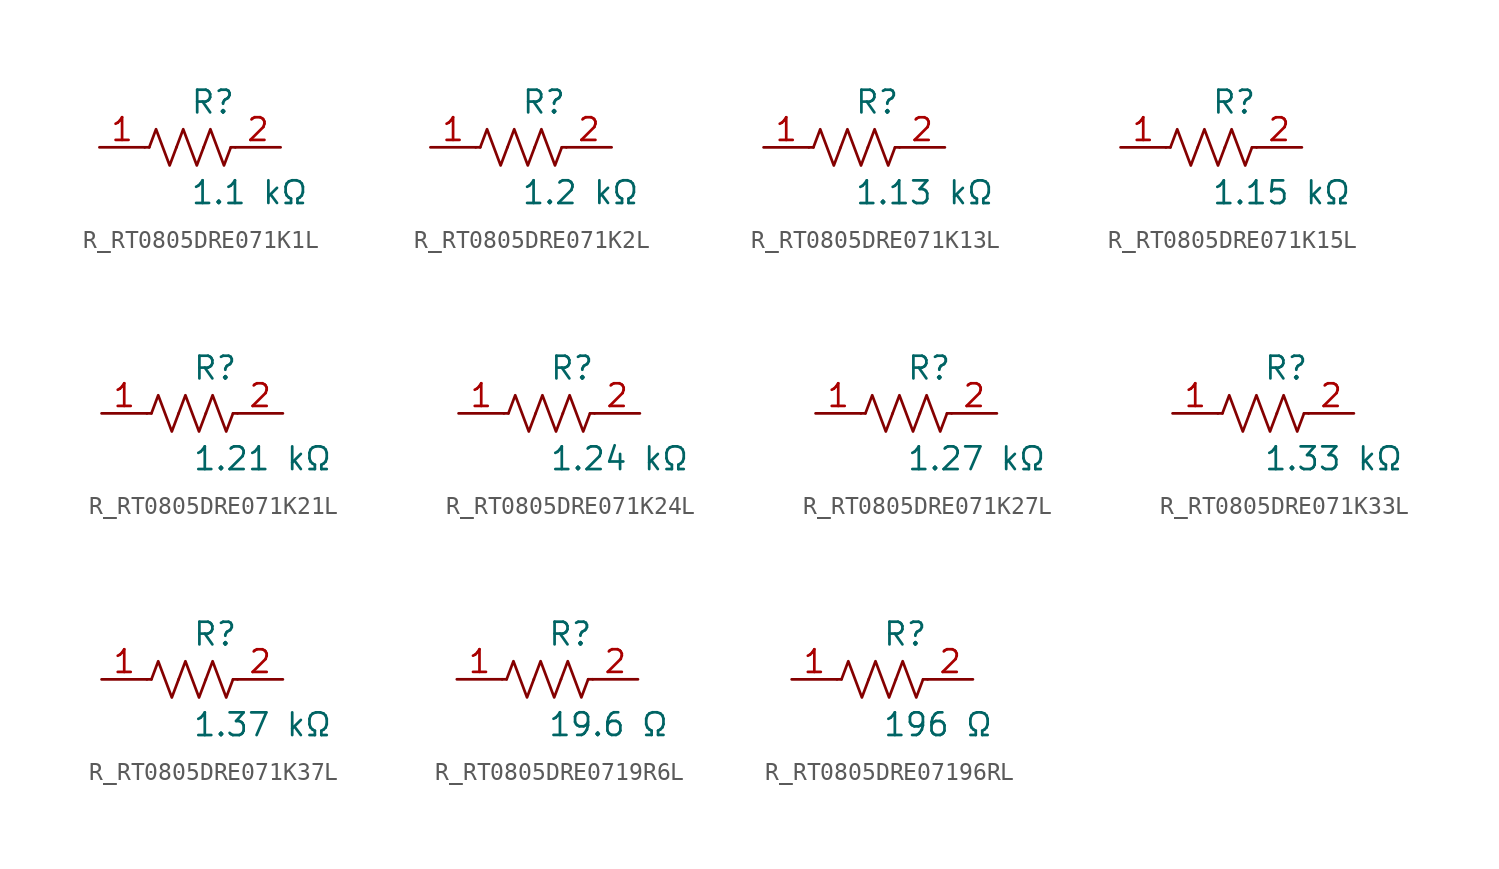
<source format=kicad_sym>
(kicad_symbol_lib
  (version 20231120)
  (generator kicad_symbol_editor)
  (generator_version 8.0)
  (symbol "R_RT0805DRE071K1L"
    (pin_names
      (offset 0.254))
    (property "Reference" "R"
      (at 0.0 2.54 0)
      (effects (font (size 1.27 1.27)) (justify left)))
    (property "Value" "1.1 kΩ"
      (at 0.0 -2.54 0)
      (effects (font (size 1.27 1.27)) (justify left)))
    (symbol "R_RT0805DRE071K1L_0_1"
      (polyline (pts (xy 2.286 0) (xy 2.54 0)) (stroke (width 0) (type default)) (fill (type none)))
      (polyline (pts (xy -2.286 0) (xy -2.54 0)) (stroke (width 0) (type default)) (fill (type none)))
      (polyline (pts (xy 0.762 0) (xy 1.143 1.016) (xy 1.524 0) (xy 1.905 -1.016) (xy 2.286 0)) (stroke (width 0) (type default)) (fill (type none)))
      (polyline (pts (xy -0.762 0) (xy -0.381 1.016) (xy 0 0) (xy 0.381 -1.016) (xy 0.762 0)) (stroke (width 0) (type default)) (fill (type none)))
      (polyline (pts (xy -2.286 0) (xy -1.905 1.016) (xy -1.524 0) (xy -1.143 -1.016) (xy -0.762 0)) (stroke (width 0) (type default)) (fill (type none))))
    (pin unspecified line
      (at -5.08 0 0)
      (length 2.54)
      (name "" (effects (font (size 1.27 1.27))))
      (number "1" (effects (font (size 1.27 1.27)))))
    (pin unspecified line
      (at 5.08 0 180)
      (length 2.54)
      (name "" (effects (font (size 1.27 1.27))))
      (number "2" (effects (font (size 1.27 1.27))))))
  (symbol "R_RT0805DRE071K2L"
    (pin_names
      (offset 0.254))
    (property "Reference" "R"
      (at 0.0 2.54 0)
      (effects (font (size 1.27 1.27)) (justify left)))
    (property "Value" "1.2 kΩ"
      (at 0.0 -2.54 0)
      (effects (font (size 1.27 1.27)) (justify left)))
    (symbol "R_RT0805DRE071K2L_0_1"
      (polyline (pts (xy 2.286 0) (xy 2.54 0)) (stroke (width 0) (type default)) (fill (type none)))
      (polyline (pts (xy -2.286 0) (xy -2.54 0)) (stroke (width 0) (type default)) (fill (type none)))
      (polyline (pts (xy 0.762 0) (xy 1.143 1.016) (xy 1.524 0) (xy 1.905 -1.016) (xy 2.286 0)) (stroke (width 0) (type default)) (fill (type none)))
      (polyline (pts (xy -0.762 0) (xy -0.381 1.016) (xy 0 0) (xy 0.381 -1.016) (xy 0.762 0)) (stroke (width 0) (type default)) (fill (type none)))
      (polyline (pts (xy -2.286 0) (xy -1.905 1.016) (xy -1.524 0) (xy -1.143 -1.016) (xy -0.762 0)) (stroke (width 0) (type default)) (fill (type none))))
    (pin unspecified line
      (at -5.08 0 0)
      (length 2.54)
      (name "" (effects (font (size 1.27 1.27))))
      (number "1" (effects (font (size 1.27 1.27)))))
    (pin unspecified line
      (at 5.08 0 180)
      (length 2.54)
      (name "" (effects (font (size 1.27 1.27))))
      (number "2" (effects (font (size 1.27 1.27))))))
  (symbol "R_RT0805DRE071K13L"
    (pin_names
      (offset 0.254))
    (property "Reference" "R"
      (at 0.0 2.54 0)
      (effects (font (size 1.27 1.27)) (justify left)))
    (property "Value" "1.13 kΩ"
      (at 0.0 -2.54 0)
      (effects (font (size 1.27 1.27)) (justify left)))
    (symbol "R_RT0805DRE071K13L_0_1"
      (polyline (pts (xy 2.286 0) (xy 2.54 0)) (stroke (width 0) (type default)) (fill (type none)))
      (polyline (pts (xy -2.286 0) (xy -2.54 0)) (stroke (width 0) (type default)) (fill (type none)))
      (polyline (pts (xy 0.762 0) (xy 1.143 1.016) (xy 1.524 0) (xy 1.905 -1.016) (xy 2.286 0)) (stroke (width 0) (type default)) (fill (type none)))
      (polyline (pts (xy -0.762 0) (xy -0.381 1.016) (xy 0 0) (xy 0.381 -1.016) (xy 0.762 0)) (stroke (width 0) (type default)) (fill (type none)))
      (polyline (pts (xy -2.286 0) (xy -1.905 1.016) (xy -1.524 0) (xy -1.143 -1.016) (xy -0.762 0)) (stroke (width 0) (type default)) (fill (type none))))
    (pin unspecified line
      (at -5.08 0 0)
      (length 2.54)
      (name "" (effects (font (size 1.27 1.27))))
      (number "1" (effects (font (size 1.27 1.27)))))
    (pin unspecified line
      (at 5.08 0 180)
      (length 2.54)
      (name "" (effects (font (size 1.27 1.27))))
      (number "2" (effects (font (size 1.27 1.27))))))
  (symbol "R_RT0805DRE071K15L"
    (pin_names
      (offset 0.254))
    (property "Reference" "R"
      (at 0.0 2.54 0)
      (effects (font (size 1.27 1.27)) (justify left)))
    (property "Value" "1.15 kΩ"
      (at 0.0 -2.54 0)
      (effects (font (size 1.27 1.27)) (justify left)))
    (symbol "R_RT0805DRE071K15L_0_1"
      (polyline (pts (xy 2.286 0) (xy 2.54 0)) (stroke (width 0) (type default)) (fill (type none)))
      (polyline (pts (xy -2.286 0) (xy -2.54 0)) (stroke (width 0) (type default)) (fill (type none)))
      (polyline (pts (xy 0.762 0) (xy 1.143 1.016) (xy 1.524 0) (xy 1.905 -1.016) (xy 2.286 0)) (stroke (width 0) (type default)) (fill (type none)))
      (polyline (pts (xy -0.762 0) (xy -0.381 1.016) (xy 0 0) (xy 0.381 -1.016) (xy 0.762 0)) (stroke (width 0) (type default)) (fill (type none)))
      (polyline (pts (xy -2.286 0) (xy -1.905 1.016) (xy -1.524 0) (xy -1.143 -1.016) (xy -0.762 0)) (stroke (width 0) (type default)) (fill (type none))))
    (pin unspecified line
      (at -5.08 0 0)
      (length 2.54)
      (name "" (effects (font (size 1.27 1.27))))
      (number "1" (effects (font (size 1.27 1.27)))))
    (pin unspecified line
      (at 5.08 0 180)
      (length 2.54)
      (name "" (effects (font (size 1.27 1.27))))
      (number "2" (effects (font (size 1.27 1.27))))))
  (symbol "R_RT0805DRE071K21L"
    (pin_names
      (offset 0.254))
    (property "Reference" "R"
      (at 0.0 2.54 0)
      (effects (font (size 1.27 1.27)) (justify left)))
    (property "Value" "1.21 kΩ"
      (at 0.0 -2.54 0)
      (effects (font (size 1.27 1.27)) (justify left)))
    (symbol "R_RT0805DRE071K21L_0_1"
      (polyline (pts (xy 2.286 0) (xy 2.54 0)) (stroke (width 0) (type default)) (fill (type none)))
      (polyline (pts (xy -2.286 0) (xy -2.54 0)) (stroke (width 0) (type default)) (fill (type none)))
      (polyline (pts (xy 0.762 0) (xy 1.143 1.016) (xy 1.524 0) (xy 1.905 -1.016) (xy 2.286 0)) (stroke (width 0) (type default)) (fill (type none)))
      (polyline (pts (xy -0.762 0) (xy -0.381 1.016) (xy 0 0) (xy 0.381 -1.016) (xy 0.762 0)) (stroke (width 0) (type default)) (fill (type none)))
      (polyline (pts (xy -2.286 0) (xy -1.905 1.016) (xy -1.524 0) (xy -1.143 -1.016) (xy -0.762 0)) (stroke (width 0) (type default)) (fill (type none))))
    (pin unspecified line
      (at -5.08 0 0)
      (length 2.54)
      (name "" (effects (font (size 1.27 1.27))))
      (number "1" (effects (font (size 1.27 1.27)))))
    (pin unspecified line
      (at 5.08 0 180)
      (length 2.54)
      (name "" (effects (font (size 1.27 1.27))))
      (number "2" (effects (font (size 1.27 1.27))))))
  (symbol "R_RT0805DRE071K24L"
    (pin_names
      (offset 0.254))
    (property "Reference" "R"
      (at 0.0 2.54 0)
      (effects (font (size 1.27 1.27)) (justify left)))
    (property "Value" "1.24 kΩ"
      (at 0.0 -2.54 0)
      (effects (font (size 1.27 1.27)) (justify left)))
    (symbol "R_RT0805DRE071K24L_0_1"
      (polyline (pts (xy 2.286 0) (xy 2.54 0)) (stroke (width 0) (type default)) (fill (type none)))
      (polyline (pts (xy -2.286 0) (xy -2.54 0)) (stroke (width 0) (type default)) (fill (type none)))
      (polyline (pts (xy 0.762 0) (xy 1.143 1.016) (xy 1.524 0) (xy 1.905 -1.016) (xy 2.286 0)) (stroke (width 0) (type default)) (fill (type none)))
      (polyline (pts (xy -0.762 0) (xy -0.381 1.016) (xy 0 0) (xy 0.381 -1.016) (xy 0.762 0)) (stroke (width 0) (type default)) (fill (type none)))
      (polyline (pts (xy -2.286 0) (xy -1.905 1.016) (xy -1.524 0) (xy -1.143 -1.016) (xy -0.762 0)) (stroke (width 0) (type default)) (fill (type none))))
    (pin unspecified line
      (at -5.08 0 0)
      (length 2.54)
      (name "" (effects (font (size 1.27 1.27))))
      (number "1" (effects (font (size 1.27 1.27)))))
    (pin unspecified line
      (at 5.08 0 180)
      (length 2.54)
      (name "" (effects (font (size 1.27 1.27))))
      (number "2" (effects (font (size 1.27 1.27))))))
  (symbol "R_RT0805DRE071K27L"
    (pin_names
      (offset 0.254))
    (property "Reference" "R"
      (at 0.0 2.54 0)
      (effects (font (size 1.27 1.27)) (justify left)))
    (property "Value" "1.27 kΩ"
      (at 0.0 -2.54 0)
      (effects (font (size 1.27 1.27)) (justify left)))
    (symbol "R_RT0805DRE071K27L_0_1"
      (polyline (pts (xy 2.286 0) (xy 2.54 0)) (stroke (width 0) (type default)) (fill (type none)))
      (polyline (pts (xy -2.286 0) (xy -2.54 0)) (stroke (width 0) (type default)) (fill (type none)))
      (polyline (pts (xy 0.762 0) (xy 1.143 1.016) (xy 1.524 0) (xy 1.905 -1.016) (xy 2.286 0)) (stroke (width 0) (type default)) (fill (type none)))
      (polyline (pts (xy -0.762 0) (xy -0.381 1.016) (xy 0 0) (xy 0.381 -1.016) (xy 0.762 0)) (stroke (width 0) (type default)) (fill (type none)))
      (polyline (pts (xy -2.286 0) (xy -1.905 1.016) (xy -1.524 0) (xy -1.143 -1.016) (xy -0.762 0)) (stroke (width 0) (type default)) (fill (type none))))
    (pin unspecified line
      (at -5.08 0 0)
      (length 2.54)
      (name "" (effects (font (size 1.27 1.27))))
      (number "1" (effects (font (size 1.27 1.27)))))
    (pin unspecified line
      (at 5.08 0 180)
      (length 2.54)
      (name "" (effects (font (size 1.27 1.27))))
      (number "2" (effects (font (size 1.27 1.27))))))
  (symbol "R_RT0805DRE071K33L"
    (pin_names
      (offset 0.254))
    (property "Reference" "R"
      (at 0.0 2.54 0)
      (effects (font (size 1.27 1.27)) (justify left)))
    (property "Value" "1.33 kΩ"
      (at 0.0 -2.54 0)
      (effects (font (size 1.27 1.27)) (justify left)))
    (symbol "R_RT0805DRE071K33L_0_1"
      (polyline (pts (xy 2.286 0) (xy 2.54 0)) (stroke (width 0) (type default)) (fill (type none)))
      (polyline (pts (xy -2.286 0) (xy -2.54 0)) (stroke (width 0) (type default)) (fill (type none)))
      (polyline (pts (xy 0.762 0) (xy 1.143 1.016) (xy 1.524 0) (xy 1.905 -1.016) (xy 2.286 0)) (stroke (width 0) (type default)) (fill (type none)))
      (polyline (pts (xy -0.762 0) (xy -0.381 1.016) (xy 0 0) (xy 0.381 -1.016) (xy 0.762 0)) (stroke (width 0) (type default)) (fill (type none)))
      (polyline (pts (xy -2.286 0) (xy -1.905 1.016) (xy -1.524 0) (xy -1.143 -1.016) (xy -0.762 0)) (stroke (width 0) (type default)) (fill (type none))))
    (pin unspecified line
      (at -5.08 0 0)
      (length 2.54)
      (name "" (effects (font (size 1.27 1.27))))
      (number "1" (effects (font (size 1.27 1.27)))))
    (pin unspecified line
      (at 5.08 0 180)
      (length 2.54)
      (name "" (effects (font (size 1.27 1.27))))
      (number "2" (effects (font (size 1.27 1.27))))))
  (symbol "R_RT0805DRE071K37L"
    (pin_names
      (offset 0.254))
    (property "Reference" "R"
      (at 0.0 2.54 0)
      (effects (font (size 1.27 1.27)) (justify left)))
    (property "Value" "1.37 kΩ"
      (at 0.0 -2.54 0)
      (effects (font (size 1.27 1.27)) (justify left)))
    (symbol "R_RT0805DRE071K37L_0_1"
      (polyline (pts (xy 2.286 0) (xy 2.54 0)) (stroke (width 0) (type default)) (fill (type none)))
      (polyline (pts (xy -2.286 0) (xy -2.54 0)) (stroke (width 0) (type default)) (fill (type none)))
      (polyline (pts (xy 0.762 0) (xy 1.143 1.016) (xy 1.524 0) (xy 1.905 -1.016) (xy 2.286 0)) (stroke (width 0) (type default)) (fill (type none)))
      (polyline (pts (xy -0.762 0) (xy -0.381 1.016) (xy 0 0) (xy 0.381 -1.016) (xy 0.762 0)) (stroke (width 0) (type default)) (fill (type none)))
      (polyline (pts (xy -2.286 0) (xy -1.905 1.016) (xy -1.524 0) (xy -1.143 -1.016) (xy -0.762 0)) (stroke (width 0) (type default)) (fill (type none))))
    (pin unspecified line
      (at -5.08 0 0)
      (length 2.54)
      (name "" (effects (font (size 1.27 1.27))))
      (number "1" (effects (font (size 1.27 1.27)))))
    (pin unspecified line
      (at 5.08 0 180)
      (length 2.54)
      (name "" (effects (font (size 1.27 1.27))))
      (number "2" (effects (font (size 1.27 1.27))))))
  (symbol "R_RT0805DRE0719R6L"
    (pin_names
      (offset 0.254))
    (property "Reference" "R"
      (at 0.0 2.54 0)
      (effects (font (size 1.27 1.27)) (justify left)))
    (property "Value" "19.6 Ω"
      (at 0.0 -2.54 0)
      (effects (font (size 1.27 1.27)) (justify left)))
    (symbol "R_RT0805DRE0719R6L_0_1"
      (polyline (pts (xy 2.286 0) (xy 2.54 0)) (stroke (width 0) (type default)) (fill (type none)))
      (polyline (pts (xy -2.286 0) (xy -2.54 0)) (stroke (width 0) (type default)) (fill (type none)))
      (polyline (pts (xy 0.762 0) (xy 1.143 1.016) (xy 1.524 0) (xy 1.905 -1.016) (xy 2.286 0)) (stroke (width 0) (type default)) (fill (type none)))
      (polyline (pts (xy -0.762 0) (xy -0.381 1.016) (xy 0 0) (xy 0.381 -1.016) (xy 0.762 0)) (stroke (width 0) (type default)) (fill (type none)))
      (polyline (pts (xy -2.286 0) (xy -1.905 1.016) (xy -1.524 0) (xy -1.143 -1.016) (xy -0.762 0)) (stroke (width 0) (type default)) (fill (type none))))
    (pin unspecified line
      (at -5.08 0 0)
      (length 2.54)
      (name "" (effects (font (size 1.27 1.27))))
      (number "1" (effects (font (size 1.27 1.27)))))
    (pin unspecified line
      (at 5.08 0 180)
      (length 2.54)
      (name "" (effects (font (size 1.27 1.27))))
      (number "2" (effects (font (size 1.27 1.27))))))
  (symbol "R_RT0805DRE07196RL"
    (pin_names
      (offset 0.254))
    (property "Reference" "R"
      (at 0.0 2.54 0)
      (effects (font (size 1.27 1.27)) (justify left)))
    (property "Value" "196 Ω"
      (at 0.0 -2.54 0)
      (effects (font (size 1.27 1.27)) (justify left)))
    (symbol "R_RT0805DRE07196RL_0_1"
      (polyline (pts (xy 2.286 0) (xy 2.54 0)) (stroke (width 0) (type default)) (fill (type none)))
      (polyline (pts (xy -2.286 0) (xy -2.54 0)) (stroke (width 0) (type default)) (fill (type none)))
      (polyline (pts (xy 0.762 0) (xy 1.143 1.016) (xy 1.524 0) (xy 1.905 -1.016) (xy 2.286 0)) (stroke (width 0) (type default)) (fill (type none)))
      (polyline (pts (xy -0.762 0) (xy -0.381 1.016) (xy 0 0) (xy 0.381 -1.016) (xy 0.762 0)) (stroke (width 0) (type default)) (fill (type none)))
      (polyline (pts (xy -2.286 0) (xy -1.905 1.016) (xy -1.524 0) (xy -1.143 -1.016) (xy -0.762 0)) (stroke (width 0) (type default)) (fill (type none))))
    (pin unspecified line
      (at -5.08 0 0)
      (length 2.54)
      (name "" (effects (font (size 1.27 1.27))))
      (number "1" (effects (font (size 1.27 1.27)))))
    (pin unspecified line
      (at 5.08 0 180)
      (length 2.54)
      (name "" (effects (font (size 1.27 1.27))))
      (number "2" (effects (font (size 1.27 1.27)))))))
</source>
